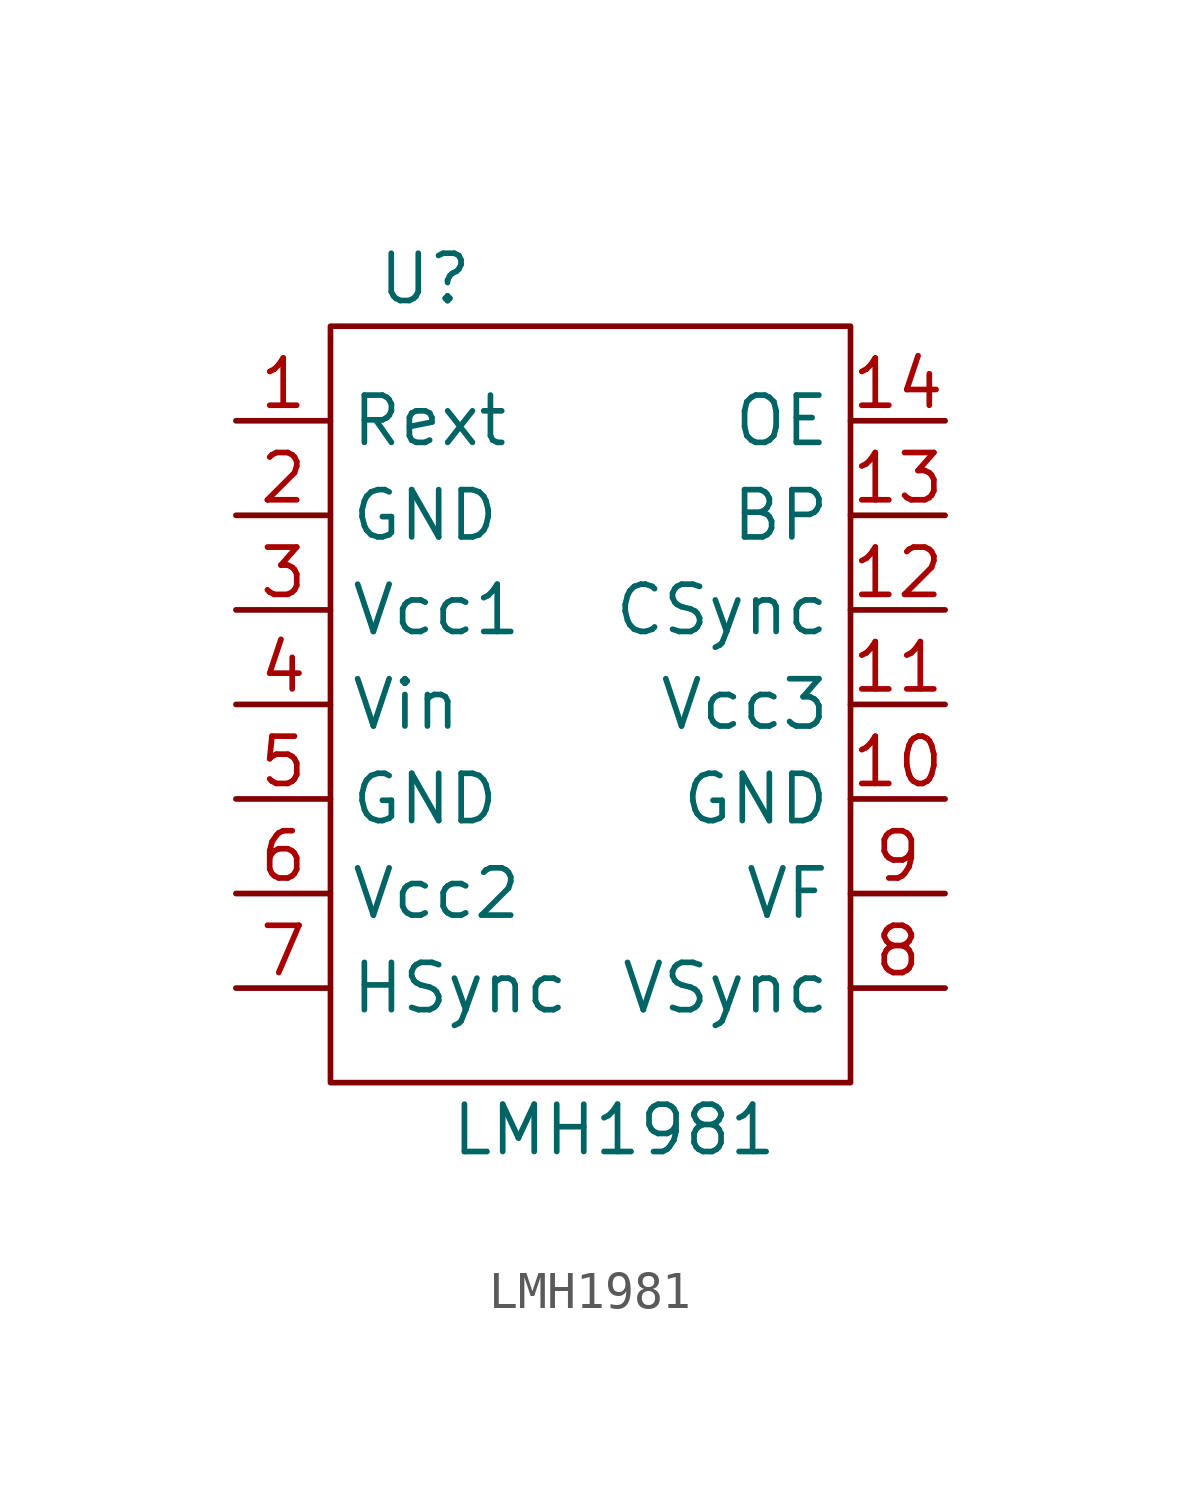
<source format=kicad_sym>
(kicad_symbol_lib
  (version 20220914)
  (generator kicad_symbol_editor)
  (symbol "LMH1981"
    (property "Reference" "U"
      (at -5.08 11.43 0)
      (effects (font (size 1.27 1.27))))
    (property "Value" "LMH1981"
      (at 0 -11.43 0)
      (effects (font (size 1.27 1.27))))
    (symbol "LMH1981_0_1"
      (rectangle (start -7.62 10.16) (end 6.35 -10.16) (stroke (width 0) (type default)) (fill (type none))))
    (symbol "LMH1981_1_1"
      (pin input line (at -10.16 7.62 0) (length 2.54) (name "Rext" (effects (font (size 1.27 1.27)))) (number "1" (effects (font (size 1.27 1.27)))))
      (pin power_in line (at 8.89 -2.54 180) (length 2.54) (name "GND" (effects (font (size 1.27 1.27)))) (number "10" (effects (font (size 1.27 1.27)))))
      (pin power_in line (at 8.89 0 180) (length 2.54) (name "Vcc3" (effects (font (size 1.27 1.27)))) (number "11" (effects (font (size 1.27 1.27)))))
      (pin output line (at 8.89 2.54 180) (length 2.54) (name "CSync" (effects (font (size 1.27 1.27)))) (number "12" (effects (font (size 1.27 1.27)))))
      (pin output line (at 8.89 5.08 180) (length 2.54) (name "BP" (effects (font (size 1.27 1.27)))) (number "13" (effects (font (size 1.27 1.27)))))
      (pin output line (at 8.89 7.62 180) (length 2.54) (name "OE" (effects (font (size 1.27 1.27)))) (number "14" (effects (font (size 1.27 1.27)))))
      (pin power_in line (at -10.16 5.08 0) (length 2.54) (name "GND" (effects (font (size 1.27 1.27)))) (number "2" (effects (font (size 1.27 1.27)))))
      (pin power_in line (at -10.16 2.54 0) (length 2.54) (name "Vcc1" (effects (font (size 1.27 1.27)))) (number "3" (effects (font (size 1.27 1.27)))))
      (pin input line (at -10.16 0 0) (length 2.54) (name "Vin" (effects (font (size 1.27 1.27)))) (number "4" (effects (font (size 1.27 1.27)))))
      (pin power_in line (at -10.16 -2.54 0) (length 2.54) (name "GND" (effects (font (size 1.27 1.27)))) (number "5" (effects (font (size 1.27 1.27)))))
      (pin power_in line (at -10.16 -5.08 0) (length 2.54) (name "Vcc2" (effects (font (size 1.27 1.27)))) (number "6" (effects (font (size 1.27 1.27)))))
      (pin output line (at -10.16 -7.62 0) (length 2.54) (name "HSync" (effects (font (size 1.27 1.27)))) (number "7" (effects (font (size 1.27 1.27)))))
      (pin output line (at 8.89 -7.62 180) (length 2.54) (name "VSync" (effects (font (size 1.27 1.27)))) (number "8" (effects (font (size 1.27 1.27)))))
      (pin output line (at 8.89 -5.08 180) (length 2.54) (name "VF" (effects (font (size 1.27 1.27)))) (number "9" (effects (font (size 1.27 1.27))))))))
</source>
